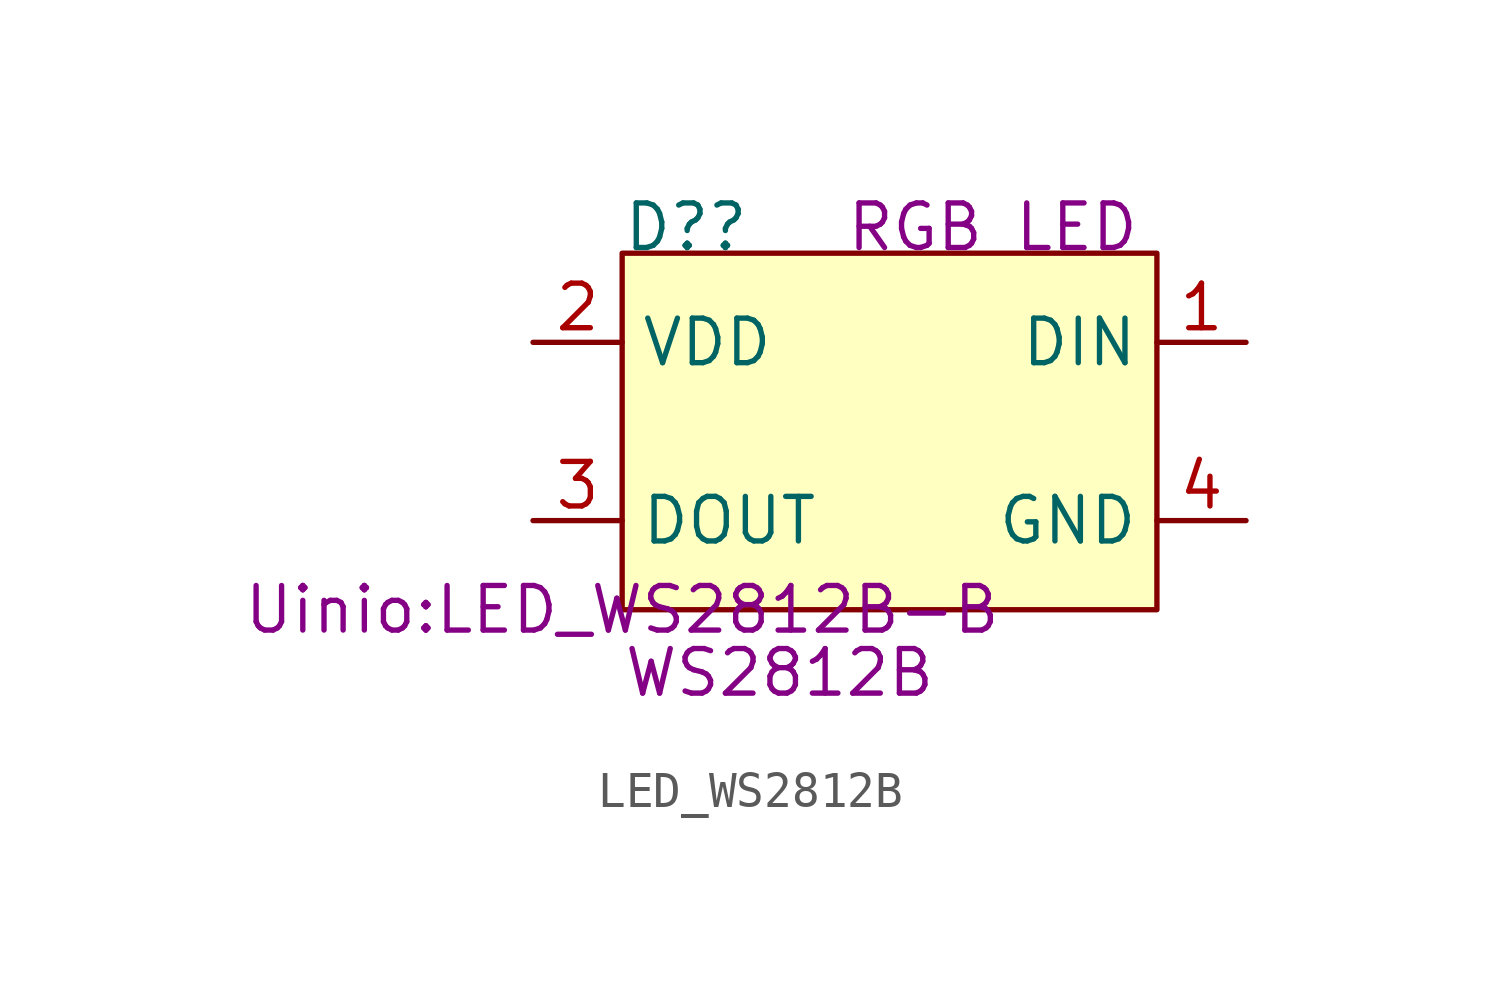
<source format=kicad_sym>
(kicad_symbol_lib
  (version 20211014)
  (generator kicad_symbol_editor)
  (symbol "LED_WS2812B"
    (property "Reference" "D?"
      (at 0 10.16 0)
      (effects (font (size 1.27 1.27)) (justify left bottom)))
    (property "Footprint" "Uinio:LED_WS2812B-B"
      (at 0 0 0)
      (effects (font (size 1.27 1.27))))
    (property "TYPE" "WS2812B"
      (at 0 -2.54 0)
      (effects (font (size 1.27 1.27)) (justify left bottom)))
    (property "ALTIUM_VALUE" "RGB LED"
      (at 6.35 10.16 0)
      (effects (font (size 1.27 1.27)) (justify left bottom)))
    (symbol "LED_WS2812B_1_0"
      (rectangle (start 15.24 10.16) (end 0 0) (stroke (width 0) (type default) (color 0 0 0 0)) (fill (type background)))
      (pin passive line (at 17.78 7.62 180) (length 2.54) (name "DIN" (effects (font (size 1.27 1.27)))) (number "1" (effects (font (size 1.27 1.27)))))
      (pin passive line (at -2.54 7.62 0) (length 2.54) (name "VDD" (effects (font (size 1.27 1.27)))) (number "2" (effects (font (size 1.27 1.27)))))
      (pin passive line (at -2.54 2.54 0) (length 2.54) (name "DOUT" (effects (font (size 1.27 1.27)))) (number "3" (effects (font (size 1.27 1.27)))))
      (pin passive line (at 17.78 2.54 180) (length 2.54) (name "GND" (effects (font (size 1.27 1.27)))) (number "4" (effects (font (size 1.27 1.27))))))))
</source>
